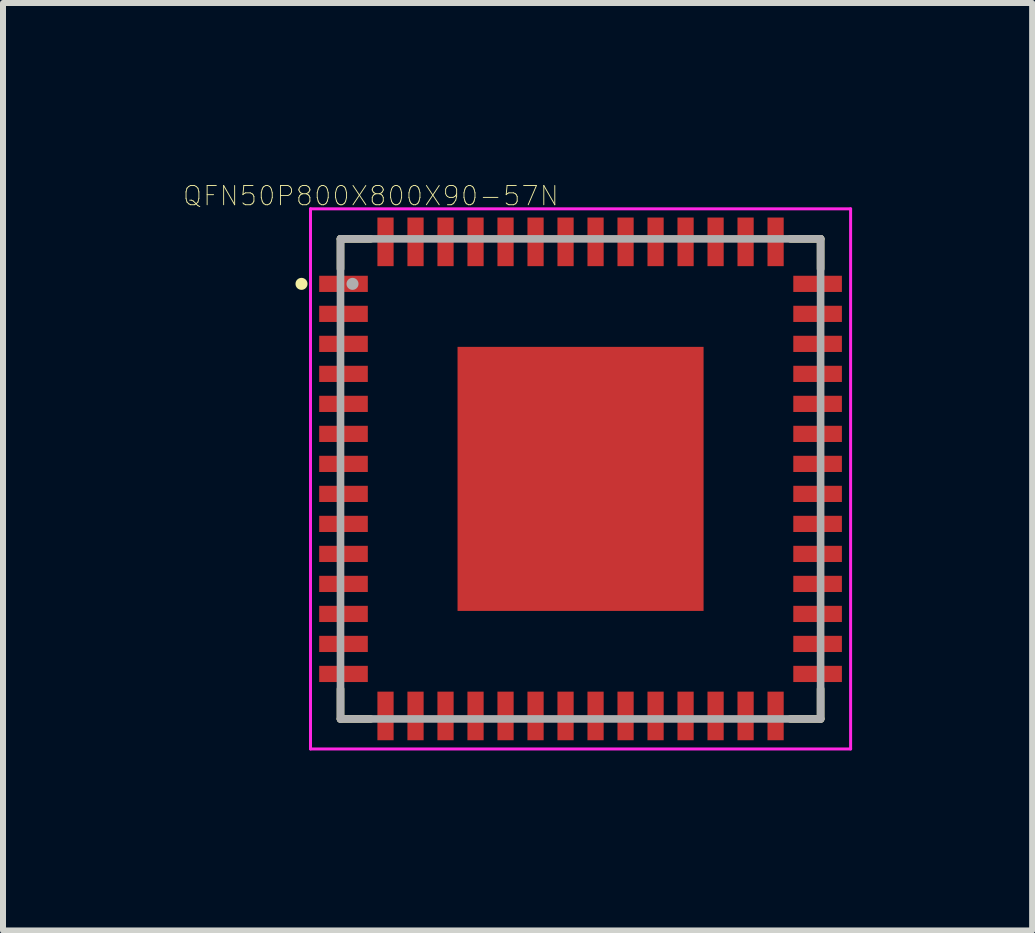
<source format=kicad_pcb>
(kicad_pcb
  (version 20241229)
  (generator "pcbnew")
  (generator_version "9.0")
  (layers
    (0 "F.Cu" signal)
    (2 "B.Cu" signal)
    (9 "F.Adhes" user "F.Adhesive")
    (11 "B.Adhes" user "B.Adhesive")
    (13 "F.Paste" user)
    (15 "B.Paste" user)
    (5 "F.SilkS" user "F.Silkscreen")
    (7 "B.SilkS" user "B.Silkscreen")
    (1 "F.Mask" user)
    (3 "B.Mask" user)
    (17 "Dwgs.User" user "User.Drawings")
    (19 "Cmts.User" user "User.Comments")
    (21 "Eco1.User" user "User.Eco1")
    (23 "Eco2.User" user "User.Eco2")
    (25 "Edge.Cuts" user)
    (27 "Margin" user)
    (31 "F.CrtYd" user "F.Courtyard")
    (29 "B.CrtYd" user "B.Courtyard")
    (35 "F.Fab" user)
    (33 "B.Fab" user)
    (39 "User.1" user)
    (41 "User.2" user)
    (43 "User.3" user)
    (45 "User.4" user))
  (footprint "QFN50P800X800X90-57N"
    (layer "F.Cu")
    (at 6.624 4.93)
    (property "Reference" "QFN50P800X800X90-57N" (at -3.494 -4.716 0) (layer "F.SilkS") (effects (font (size 0.321 0.321) (thickness 0.015))))
    (attr through_hole)
    (fp_line (start -4 -4) (end -3.5 -4) (stroke (width 0.127) (type solid)) (layer "F.SilkS"))
    (fp_line (start -4 -3.5) (end -4 -4) (stroke (width 0.127) (type solid)) (layer "F.SilkS"))
    (fp_line (start -4 3.5) (end -4 4) (stroke (width 0.127) (type solid)) (layer "F.SilkS"))
    (fp_line (start -4 4) (end -3.5 4) (stroke (width 0.127) (type solid)) (layer "F.SilkS"))
    (fp_line (start 3.5 -4) (end 4 -4) (stroke (width 0.127) (type solid)) (layer "F.SilkS"))
    (fp_line (start 4 -4) (end 4 -3.5) (stroke (width 0.127) (type solid)) (layer "F.SilkS"))
    (fp_line (start 4 3.5) (end 4 4) (stroke (width 0.127) (type solid)) (layer "F.SilkS"))
    (fp_line (start 4 4) (end 3.5 4) (stroke (width 0.127) (type solid)) (layer "F.SilkS"))
    (fp_circle (center -4.65 -3.25) (end -4.55 -3.25) (stroke (width 0) (type solid)) (fill yes) (layer "F.SilkS"))
    (fp_poly (pts (xy -1.303 -1.4) (xy 1.3 -1.4) (xy 1.3 1.403) (xy -1.303 1.403)) (stroke (width 0.01) (type solid)) (fill yes) (layer "F.Paste"))
    (fp_line (start -4.5 -4.5) (end -4.5 4.5) (stroke (width 0.05) (type solid)) (layer "F.CrtYd"))
    (fp_line (start -4.5 4.5) (end 4.5 4.5) (stroke (width 0.05) (type solid)) (layer "F.CrtYd"))
    (fp_line (start 4.5 -4.5) (end -4.5 -4.5) (stroke (width 0.05) (type solid)) (layer "F.CrtYd"))
    (fp_line (start 4.5 4.5) (end 4.5 -4.5) (stroke (width 0.05) (type solid)) (layer "F.CrtYd"))
    (fp_line (start -4 -4) (end -4 4) (stroke (width 0.127) (type solid)) (layer "F.Fab"))
    (fp_line (start -4 4) (end 4 4) (stroke (width 0.127) (type solid)) (layer "F.Fab"))
    (fp_line (start 4 -4) (end -4 -4) (stroke (width 0.127) (type solid)) (layer "F.Fab"))
    (fp_line (start 4 4) (end 4 -4) (stroke (width 0.127) (type solid)) (layer "F.Fab"))
    (fp_circle (center -3.8 -3.25) (end -3.7 -3.25) (stroke (width 0) (type solid)) (fill yes) (layer "F.Fab"))
    (pad "1" smd rect (at -3.95 -3.25) (size 0.81 0.27) (layers "F.Cu" "F.Mask" "F.Paste"))
    (pad "2" smd rect (at -3.95 -2.75) (size 0.81 0.27) (layers "F.Cu" "F.Mask" "F.Paste"))
    (pad "3" smd rect (at -3.95 -2.25) (size 0.81 0.27) (layers "F.Cu" "F.Mask" "F.Paste"))
    (pad "4" smd rect (at -3.95 -1.75) (size 0.81 0.27) (layers "F.Cu" "F.Mask" "F.Paste"))
    (pad "5" smd rect (at -3.95 -1.25) (size 0.81 0.27) (layers "F.Cu" "F.Mask" "F.Paste"))
    (pad "6" smd rect (at -3.95 -0.75) (size 0.81 0.27) (layers "F.Cu" "F.Mask" "F.Paste"))
    (pad "7" smd rect (at -3.95 -0.25) (size 0.81 0.27) (layers "F.Cu" "F.Mask" "F.Paste"))
    (pad "8" smd rect (at -3.95 0.25) (size 0.81 0.27) (layers "F.Cu" "F.Mask" "F.Paste"))
    (pad "9" smd rect (at -3.95 0.75) (size 0.81 0.27) (layers "F.Cu" "F.Mask" "F.Paste"))
    (pad "10" smd rect (at -3.95 1.25) (size 0.81 0.27) (layers "F.Cu" "F.Mask" "F.Paste"))
    (pad "11" smd rect (at -3.95 1.75) (size 0.81 0.27) (layers "F.Cu" "F.Mask" "F.Paste"))
    (pad "12" smd rect (at -3.95 2.25) (size 0.81 0.27) (layers "F.Cu" "F.Mask" "F.Paste"))
    (pad "13" smd rect (at -3.95 2.75) (size 0.81 0.27) (layers "F.Cu" "F.Mask" "F.Paste"))
    (pad "14" smd rect (at -3.95 3.25) (size 0.81 0.27) (layers "F.Cu" "F.Mask" "F.Paste"))
    (pad "15" smd rect (at -3.25 3.95) (size 0.27 0.81) (layers "F.Cu" "F.Mask" "F.Paste"))
    (pad "16" smd rect (at -2.75 3.95) (size 0.27 0.81) (layers "F.Cu" "F.Mask" "F.Paste"))
    (pad "17" smd rect (at -2.25 3.95) (size 0.27 0.81) (layers "F.Cu" "F.Mask" "F.Paste"))
    (pad "18" smd rect (at -1.75 3.95) (size 0.27 0.81) (layers "F.Cu" "F.Mask" "F.Paste"))
    (pad "19" smd rect (at -1.25 3.95) (size 0.27 0.81) (layers "F.Cu" "F.Mask" "F.Paste"))
    (pad "20" smd rect (at -0.75 3.95) (size 0.27 0.81) (layers "F.Cu" "F.Mask" "F.Paste"))
    (pad "21" smd rect (at -0.25 3.95) (size 0.27 0.81) (layers "F.Cu" "F.Mask" "F.Paste"))
    (pad "22" smd rect (at 0.25 3.95) (size 0.27 0.81) (layers "F.Cu" "F.Mask" "F.Paste"))
    (pad "23" smd rect (at 0.75 3.95) (size 0.27 0.81) (layers "F.Cu" "F.Mask" "F.Paste"))
    (pad "24" smd rect (at 1.25 3.95) (size 0.27 0.81) (layers "F.Cu" "F.Mask" "F.Paste"))
    (pad "25" smd rect (at 1.75 3.95) (size 0.27 0.81) (layers "F.Cu" "F.Mask" "F.Paste"))
    (pad "26" smd rect (at 2.25 3.95) (size 0.27 0.81) (layers "F.Cu" "F.Mask" "F.Paste"))
    (pad "27" smd rect (at 2.75 3.95) (size 0.27 0.81) (layers "F.Cu" "F.Mask" "F.Paste"))
    (pad "28" smd rect (at 3.25 3.95) (size 0.27 0.81) (layers "F.Cu" "F.Mask" "F.Paste"))
    (pad "29" smd rect (at 3.95 3.25) (size 0.81 0.27) (layers "F.Cu" "F.Mask" "F.Paste"))
    (pad "30" smd rect (at 3.95 2.75) (size 0.81 0.27) (layers "F.Cu" "F.Mask" "F.Paste"))
    (pad "31" smd rect (at 3.95 2.25) (size 0.81 0.27) (layers "F.Cu" "F.Mask" "F.Paste"))
    (pad "32" smd rect (at 3.95 1.75) (size 0.81 0.27) (layers "F.Cu" "F.Mask" "F.Paste"))
    (pad "33" smd rect (at 3.95 1.25) (size 0.81 0.27) (layers "F.Cu" "F.Mask" "F.Paste"))
    (pad "34" smd rect (at 3.95 0.75) (size 0.81 0.27) (layers "F.Cu" "F.Mask" "F.Paste"))
    (pad "35" smd rect (at 3.95 0.25) (size 0.81 0.27) (layers "F.Cu" "F.Mask" "F.Paste"))
    (pad "36" smd rect (at 3.95 -0.25) (size 0.81 0.27) (layers "F.Cu" "F.Mask" "F.Paste"))
    (pad "37" smd rect (at 3.95 -0.75) (size 0.81 0.27) (layers "F.Cu" "F.Mask" "F.Paste"))
    (pad "38" smd rect (at 3.95 -1.25) (size 0.81 0.27) (layers "F.Cu" "F.Mask" "F.Paste"))
    (pad "39" smd rect (at 3.95 -1.75) (size 0.81 0.27) (layers "F.Cu" "F.Mask" "F.Paste"))
    (pad "40" smd rect (at 3.95 -2.25) (size 0.81 0.27) (layers "F.Cu" "F.Mask" "F.Paste"))
    (pad "41" smd rect (at 3.95 -2.75) (size 0.81 0.27) (layers "F.Cu" "F.Mask" "F.Paste"))
    (pad "42" smd rect (at 3.95 -3.25) (size 0.81 0.27) (layers "F.Cu" "F.Mask" "F.Paste"))
    (pad "43" smd rect (at 3.25 -3.95) (size 0.27 0.81) (layers "F.Cu" "F.Mask" "F.Paste"))
    (pad "44" smd rect (at 2.75 -3.95) (size 0.27 0.81) (layers "F.Cu" "F.Mask" "F.Paste"))
    (pad "45" smd rect (at 2.25 -3.95) (size 0.27 0.81) (layers "F.Cu" "F.Mask" "F.Paste"))
    (pad "46" smd rect (at 1.75 -3.95) (size 0.27 0.81) (layers "F.Cu" "F.Mask" "F.Paste"))
    (pad "47" smd rect (at 1.25 -3.95) (size 0.27 0.81) (layers "F.Cu" "F.Mask" "F.Paste"))
    (pad "48" smd rect (at 0.75 -3.95) (size 0.27 0.81) (layers "F.Cu" "F.Mask" "F.Paste"))
    (pad "49" smd rect (at 0.25 -3.95) (size 0.27 0.81) (layers "F.Cu" "F.Mask" "F.Paste"))
    (pad "50" smd rect (at -0.25 -3.95) (size 0.27 0.81) (layers "F.Cu" "F.Mask" "F.Paste"))
    (pad "51" smd rect (at -0.75 -3.95) (size 0.27 0.81) (layers "F.Cu" "F.Mask" "F.Paste"))
    (pad "52" smd rect (at -1.25 -3.95) (size 0.27 0.81) (layers "F.Cu" "F.Mask" "F.Paste"))
    (pad "53" smd rect (at -1.75 -3.95) (size 0.27 0.81) (layers "F.Cu" "F.Mask" "F.Paste"))
    (pad "54" smd rect (at -2.25 -3.95) (size 0.27 0.81) (layers "F.Cu" "F.Mask" "F.Paste"))
    (pad "55" smd rect (at -2.75 -3.95) (size 0.27 0.81) (layers "F.Cu" "F.Mask" "F.Paste"))
    (pad "56" smd rect (at -3.25 -3.95) (size 0.27 0.81) (layers "F.Cu" "F.Mask" "F.Paste"))
    (pad "57" smd rect (at 0 0) (size 4.1 4.4) (layers "F.Cu" "F.Mask")))
  (gr_rect
    (start -3 -3)
    (end 14.149 12.455)
    (stroke (width 0.1) (type default))
    (fill no)
    (layer "Edge.Cuts")))
</source>
